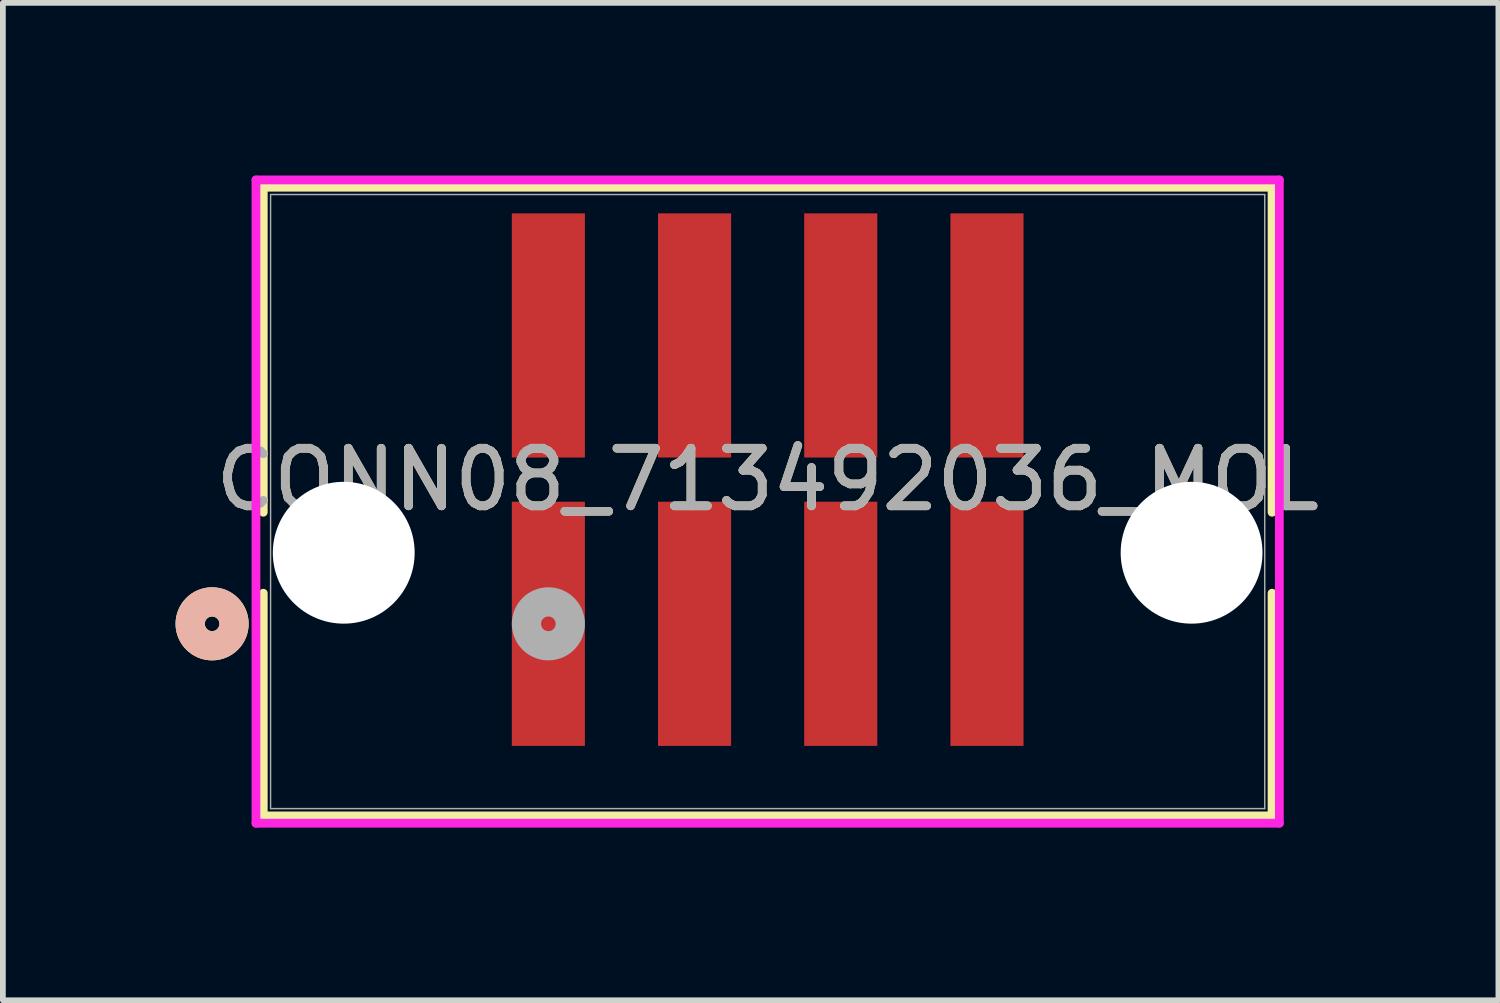
<source format=kicad_pcb>
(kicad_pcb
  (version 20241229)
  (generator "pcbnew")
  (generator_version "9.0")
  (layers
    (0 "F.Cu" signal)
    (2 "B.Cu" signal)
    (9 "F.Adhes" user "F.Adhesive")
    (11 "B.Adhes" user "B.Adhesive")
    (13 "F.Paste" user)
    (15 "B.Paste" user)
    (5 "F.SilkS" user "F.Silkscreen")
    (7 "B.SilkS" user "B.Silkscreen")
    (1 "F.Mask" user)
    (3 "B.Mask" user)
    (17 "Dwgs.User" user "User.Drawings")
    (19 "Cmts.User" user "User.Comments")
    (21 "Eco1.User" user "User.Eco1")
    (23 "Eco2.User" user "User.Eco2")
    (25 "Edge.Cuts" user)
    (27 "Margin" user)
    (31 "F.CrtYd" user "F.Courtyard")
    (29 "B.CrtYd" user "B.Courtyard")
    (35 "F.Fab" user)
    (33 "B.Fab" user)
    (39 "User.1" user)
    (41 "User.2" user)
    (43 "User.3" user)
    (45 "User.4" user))
  (footprint "CONN08_713492036_MOL"
    (layer "F.Cu")
    (at 10.287 5.664)
    (property "Reference" "CONN08_713492036_MOL" (at 0 -0.381 0) (unlocked yes) (layer "F.SilkS") (effects (font (size 1 1) (thickness 0.15))))
    (attr smd)
    (fp_line (start -8.763 -5.461) (end -8.763 0.186) (stroke (width 0.152) (type solid)) (layer "F.SilkS"))
    (fp_line (start -8.763 1.592) (end -8.763 5.461) (stroke (width 0.152) (type solid)) (layer "F.SilkS"))
    (fp_line (start -8.763 5.461) (end 8.763 5.461) (stroke (width 0.152) (type solid)) (layer "F.SilkS"))
    (fp_line (start 8.763 -5.461) (end -8.763 -5.461) (stroke (width 0.152) (type solid)) (layer "F.SilkS"))
    (fp_line (start 8.763 0.186) (end 8.763 -5.461) (stroke (width 0.152) (type solid)) (layer "F.SilkS"))
    (fp_line (start 8.763 5.461) (end 8.763 1.592) (stroke (width 0.152) (type solid)) (layer "F.SilkS"))
    (fp_circle (center -9.652 2.124) (end -9.271 2.124) (stroke (width 0.508) (type solid)) (fill no) (layer "F.SilkS"))
    (fp_circle (center -9.652 2.124) (end -9.271 2.124) (stroke (width 0.508) (type solid)) (fill no) (layer "B.SilkS"))
    (fp_line (start -8.89 -5.588) (end -8.89 5.588) (stroke (width 0.152) (type solid)) (layer "F.CrtYd"))
    (fp_line (start -8.89 5.588) (end 8.89 5.588) (stroke (width 0.152) (type solid)) (layer "F.CrtYd"))
    (fp_line (start 8.89 -5.588) (end -8.89 -5.588) (stroke (width 0.152) (type solid)) (layer "F.CrtYd"))
    (fp_line (start 8.89 5.588) (end 8.89 -5.588) (stroke (width 0.152) (type solid)) (layer "F.CrtYd"))
    (fp_line (start -8.636 -5.334) (end -8.636 5.334) (stroke (width 0.025) (type solid)) (layer "F.Fab"))
    (fp_line (start -8.636 5.334) (end 8.636 5.334) (stroke (width 0.025) (type solid)) (layer "F.Fab"))
    (fp_line (start 8.636 -5.334) (end -8.636 -5.334) (stroke (width 0.025) (type solid)) (layer "F.Fab"))
    (fp_line (start 8.636 5.334) (end 8.636 -5.334) (stroke (width 0.025) (type solid)) (layer "F.Fab"))
    (fp_circle (center -3.81 2.124) (end -3.429 2.124) (stroke (width 0.508) (type solid)) (fill no) (layer "F.Fab"))
    (fp_text user "${REFERENCE}" (at 0 -0.381 0) (unlocked yes) (layer "F.Fab") (effects (font (size 1 1) (thickness 0.15))))
    (pad "" np_thru_hole circle (at -7.365 0.889) (size 2.464 2.464) (drill 2.464) (layers "*.Cu" "*.Mask"))
    (pad "" np_thru_hole circle (at 7.365 0.889) (size 2.464 2.464) (drill 2.464) (layers "*.Cu" "*.Mask"))
    (pad "1" smd rect (at -3.81 2.124) (size 1.27 4.242) (layers "F.Cu" "F.Mask" "F.Paste"))
    (pad "2" smd rect (at -3.81 -2.886) (size 1.27 4.242) (layers "F.Cu" "F.Mask" "F.Paste"))
    (pad "3" smd rect (at -1.27 2.124) (size 1.27 4.242) (layers "F.Cu" "F.Mask" "F.Paste"))
    (pad "4" smd rect (at -1.27 -2.886) (size 1.27 4.242) (layers "F.Cu" "F.Mask" "F.Paste"))
    (pad "5" smd rect (at 1.27 2.124) (size 1.27 4.242) (layers "F.Cu" "F.Mask" "F.Paste"))
    (pad "6" smd rect (at 1.27 -2.886) (size 1.27 4.242) (layers "F.Cu" "F.Mask" "F.Paste"))
    (pad "7" smd rect (at 3.81 2.124) (size 1.27 4.242) (layers "F.Cu" "F.Mask" "F.Paste"))
    (pad "8" smd rect (at 3.81 -2.886) (size 1.27 4.242) (layers "F.Cu" "F.Mask" "F.Paste")))
  (gr_rect
    (start -3 -3)
    (end 22.983 14.328)
    (stroke (width 0.1) (type default))
    (fill no)
    (layer "Edge.Cuts")))
</source>
